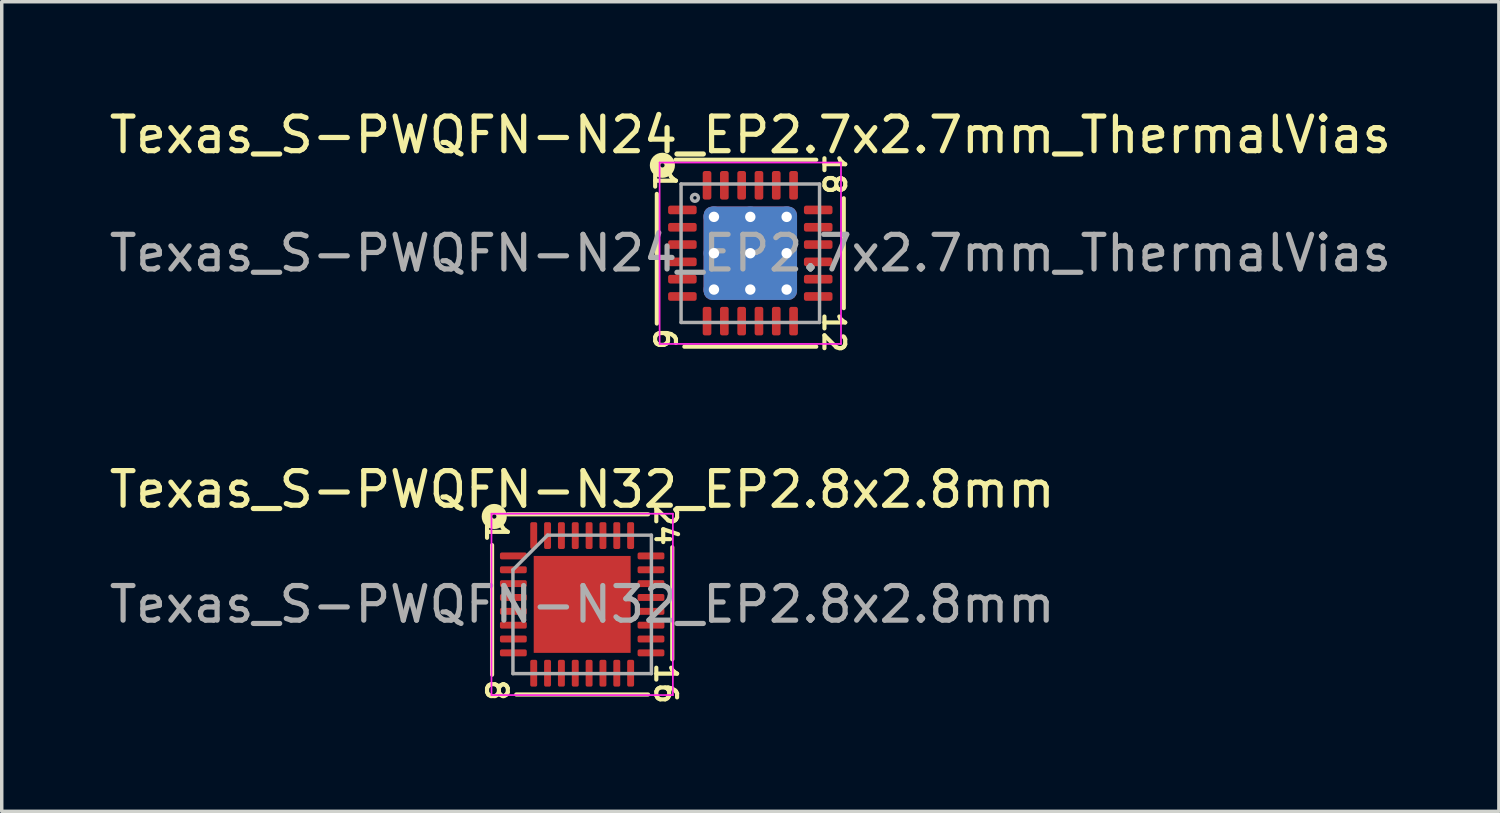
<source format=kicad_pcb>
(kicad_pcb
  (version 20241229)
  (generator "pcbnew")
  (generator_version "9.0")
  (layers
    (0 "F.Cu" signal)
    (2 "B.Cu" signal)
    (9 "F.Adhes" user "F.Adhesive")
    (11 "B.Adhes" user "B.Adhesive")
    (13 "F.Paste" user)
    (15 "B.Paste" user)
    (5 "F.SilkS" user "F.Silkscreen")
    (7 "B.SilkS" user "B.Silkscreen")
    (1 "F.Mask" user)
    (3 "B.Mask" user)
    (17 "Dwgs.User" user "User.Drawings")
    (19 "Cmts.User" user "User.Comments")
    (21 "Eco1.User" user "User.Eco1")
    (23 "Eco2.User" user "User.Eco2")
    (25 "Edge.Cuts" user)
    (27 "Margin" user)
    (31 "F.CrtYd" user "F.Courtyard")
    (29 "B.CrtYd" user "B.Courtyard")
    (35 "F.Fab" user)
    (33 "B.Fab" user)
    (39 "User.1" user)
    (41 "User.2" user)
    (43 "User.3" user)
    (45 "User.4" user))
  (footprint "Texas_S-PWQFN-N32_EP2.8x2.8mm"
    (layer "F.Cu")
    (at 13.768 14.41)
    (property "Reference" "Texas_S-PWQFN-N32_EP2.8x2.8mm" (at 0 -3.32 0) (layer "F.SilkS") (effects (font (size 1 1) (thickness 0.15))))
    (attr smd)
    (fp_line (start -2.603 -1.714) (end -2.603 2.032) (stroke (width 0.12) (type solid)) (layer "F.SilkS"))
    (fp_line (start -1.905 2.603) (end 1.905 2.603) (stroke (width 0.12) (type solid)) (layer "F.SilkS"))
    (fp_line (start 1.905 -2.603) (end -2.159 -2.603) (stroke (width 0.12) (type solid)) (layer "F.SilkS"))
    (fp_line (start 2.603 1.587) (end 2.603 -1.651) (stroke (width 0.12) (type solid)) (layer "F.SilkS"))
    (fp_circle (center -2.54 -2.54) (end -2.477 -2.54) (stroke (width 0.3) (type solid)) (fill no) (layer "F.SilkS"))
    (fp_line (start -2.62 -2.62) (end -2.62 2.62) (stroke (width 0.05) (type solid)) (layer "F.CrtYd"))
    (fp_line (start -2.62 2.62) (end 2.62 2.62) (stroke (width 0.05) (type solid)) (layer "F.CrtYd"))
    (fp_line (start 2.62 -2.62) (end -2.62 -2.62) (stroke (width 0.05) (type solid)) (layer "F.CrtYd"))
    (fp_line (start 2.62 2.62) (end 2.62 -2.62) (stroke (width 0.05) (type solid)) (layer "F.CrtYd"))
    (fp_line (start -2 -1) (end -1 -2) (stroke (width 0.1) (type solid)) (layer "F.Fab"))
    (fp_line (start -2 2) (end -2 -1) (stroke (width 0.1) (type solid)) (layer "F.Fab"))
    (fp_line (start -1 -2) (end 2 -2) (stroke (width 0.1) (type solid)) (layer "F.Fab"))
    (fp_line (start 2 -2) (end 2 2) (stroke (width 0.1) (type solid)) (layer "F.Fab"))
    (fp_line (start 2 2) (end -2 2) (stroke (width 0.1) (type solid)) (layer "F.Fab"))
    (fp_text user "1" (at -2.477 -2.095 270) (unlocked yes) (layer "F.SilkS") (effects (font (size 0.6 0.6) (thickness 0.12))))
    (fp_text user "8" (at -2.477 2.477 270) (unlocked yes) (layer "F.SilkS") (effects (font (size 0.6 0.6) (thickness 0.12))))
    (fp_text user "16" (at 2.413 2.286 270) (unlocked yes) (layer "F.SilkS") (effects (font (size 0.6 0.6) (thickness 0.12))))
    (fp_text user "24" (at 2.413 -2.286 270) (unlocked yes) (layer "F.SilkS") (effects (font (size 0.6 0.6) (thickness 0.12))))
    (fp_text user "${REFERENCE}" (at 0 0 0) (layer "F.Fab") (effects (font (size 1 1) (thickness 0.15))))
    (pad "" smd roundrect (at -0.7 -0.7) (size 1.13 1.13) (layers "F.Paste") (roundrect_rratio 0.221))
    (pad "" smd roundrect (at -0.7 0.7) (size 1.13 1.13) (layers "F.Paste") (roundrect_rratio 0.221))
    (pad "" smd roundrect (at 0.7 -0.7) (size 1.13 1.13) (layers "F.Paste") (roundrect_rratio 0.221))
    (pad "" smd roundrect (at 0.7 0.7) (size 1.13 1.13) (layers "F.Paste") (roundrect_rratio 0.221))
    (pad "1" smd roundrect (at -1.988 -1.4) (size 0.775 0.2) (layers "F.Cu" "F.Mask" "F.Paste") (roundrect_rratio 0.25))
    (pad "2" smd roundrect (at -1.988 -1) (size 0.775 0.2) (layers "F.Cu" "F.Mask" "F.Paste") (roundrect_rratio 0.25))
    (pad "3" smd roundrect (at -1.988 -0.6) (size 0.775 0.2) (layers "F.Cu" "F.Mask" "F.Paste") (roundrect_rratio 0.25))
    (pad "4" smd roundrect (at -1.988 -0.2) (size 0.775 0.2) (layers "F.Cu" "F.Mask" "F.Paste") (roundrect_rratio 0.25))
    (pad "5" smd roundrect (at -1.988 0.2) (size 0.775 0.2) (layers "F.Cu" "F.Mask" "F.Paste") (roundrect_rratio 0.25))
    (pad "6" smd roundrect (at -1.988 0.6) (size 0.775 0.2) (layers "F.Cu" "F.Mask" "F.Paste") (roundrect_rratio 0.25))
    (pad "7" smd roundrect (at -1.988 1) (size 0.775 0.2) (layers "F.Cu" "F.Mask" "F.Paste") (roundrect_rratio 0.25))
    (pad "8" smd roundrect (at -1.988 1.4) (size 0.775 0.2) (layers "F.Cu" "F.Mask" "F.Paste") (roundrect_rratio 0.25))
    (pad "9" smd roundrect (at -1.4 1.988) (size 0.2 0.775) (layers "F.Cu" "F.Mask" "F.Paste") (roundrect_rratio 0.25))
    (pad "10" smd roundrect (at -1 1.988) (size 0.2 0.775) (layers "F.Cu" "F.Mask" "F.Paste") (roundrect_rratio 0.25))
    (pad "11" smd roundrect (at -0.6 1.988) (size 0.2 0.775) (layers "F.Cu" "F.Mask" "F.Paste") (roundrect_rratio 0.25))
    (pad "12" smd roundrect (at -0.2 1.988) (size 0.2 0.775) (layers "F.Cu" "F.Mask" "F.Paste") (roundrect_rratio 0.25))
    (pad "13" smd roundrect (at 0.2 1.988) (size 0.2 0.775) (layers "F.Cu" "F.Mask" "F.Paste") (roundrect_rratio 0.25))
    (pad "14" smd roundrect (at 0.6 1.988) (size 0.2 0.775) (layers "F.Cu" "F.Mask" "F.Paste") (roundrect_rratio 0.25))
    (pad "15" smd roundrect (at 1 1.988) (size 0.2 0.775) (layers "F.Cu" "F.Mask" "F.Paste") (roundrect_rratio 0.25))
    (pad "16" smd roundrect (at 1.4 1.988) (size 0.2 0.775) (layers "F.Cu" "F.Mask" "F.Paste") (roundrect_rratio 0.25))
    (pad "17" smd roundrect (at 1.988 1.4) (size 0.775 0.2) (layers "F.Cu" "F.Mask" "F.Paste") (roundrect_rratio 0.25))
    (pad "18" smd roundrect (at 1.988 1) (size 0.775 0.2) (layers "F.Cu" "F.Mask" "F.Paste") (roundrect_rratio 0.25))
    (pad "19" smd roundrect (at 1.988 0.6) (size 0.775 0.2) (layers "F.Cu" "F.Mask" "F.Paste") (roundrect_rratio 0.25))
    (pad "20" smd roundrect (at 1.988 0.2) (size 0.775 0.2) (layers "F.Cu" "F.Mask" "F.Paste") (roundrect_rratio 0.25))
    (pad "21" smd roundrect (at 1.988 -0.2) (size 0.775 0.2) (layers "F.Cu" "F.Mask" "F.Paste") (roundrect_rratio 0.25))
    (pad "22" smd roundrect (at 1.988 -0.6) (size 0.775 0.2) (layers "F.Cu" "F.Mask" "F.Paste") (roundrect_rratio 0.25))
    (pad "23" smd roundrect (at 1.988 -1) (size 0.775 0.2) (layers "F.Cu" "F.Mask" "F.Paste") (roundrect_rratio 0.25))
    (pad "24" smd roundrect (at 1.988 -1.4) (size 0.775 0.2) (layers "F.Cu" "F.Mask" "F.Paste") (roundrect_rratio 0.25))
    (pad "25" smd roundrect (at 1.4 -1.988) (size 0.2 0.775) (layers "F.Cu" "F.Mask" "F.Paste") (roundrect_rratio 0.25))
    (pad "26" smd roundrect (at 1 -1.988) (size 0.2 0.775) (layers "F.Cu" "F.Mask" "F.Paste") (roundrect_rratio 0.25))
    (pad "27" smd roundrect (at 0.6 -1.988) (size 0.2 0.775) (layers "F.Cu" "F.Mask" "F.Paste") (roundrect_rratio 0.25))
    (pad "28" smd roundrect (at 0.2 -1.988) (size 0.2 0.775) (layers "F.Cu" "F.Mask" "F.Paste") (roundrect_rratio 0.25))
    (pad "29" smd roundrect (at -0.2 -1.988) (size 0.2 0.775) (layers "F.Cu" "F.Mask" "F.Paste") (roundrect_rratio 0.25))
    (pad "30" smd roundrect (at -0.6 -1.988) (size 0.2 0.775) (layers "F.Cu" "F.Mask" "F.Paste") (roundrect_rratio 0.25))
    (pad "31" smd roundrect (at -1 -1.988) (size 0.2 0.775) (layers "F.Cu" "F.Mask" "F.Paste") (roundrect_rratio 0.25))
    (pad "32" smd roundrect (at -1.4 -1.988) (size 0.2 0.775) (layers "F.Cu" "F.Mask" "F.Paste") (roundrect_rratio 0.25))
    (pad "33" smd rect (at 0 0) (size 2.8 2.8) (layers "F.Cu" "F.Mask")))
  (footprint "Texas_S-PWQFN-N24_EP2.7x2.7mm_ThermalVias"
    (layer "F.Cu")
    (at 18.625 4.265)
    (property "Reference" "Texas_S-PWQFN-N24_EP2.7x2.7mm_ThermalVias" (at 0 -3.417 0) (layer "F.SilkS") (effects (font (size 1 1) (thickness 0.15))))
    (attr smd)
    (fp_line (start -2.7 -1.714) (end -2.7 2.032) (stroke (width 0.12) (type solid)) (layer "F.SilkS"))
    (fp_line (start -1.905 2.7) (end 1.905 2.7) (stroke (width 0.12) (type solid)) (layer "F.SilkS"))
    (fp_line (start 1.905 -2.7) (end -2.159 -2.7) (stroke (width 0.12) (type solid)) (layer "F.SilkS"))
    (fp_line (start 2.7 1.587) (end 2.7 -1.587) (stroke (width 0.12) (type solid)) (layer "F.SilkS"))
    (fp_circle (center -2.54 -2.54) (end -2.477 -2.54) (stroke (width 0.3) (type solid)) (fill no) (layer "F.SilkS"))
    (fp_line (start -2.62 -2.62) (end -2.62 2.62) (stroke (width 0.05) (type solid)) (layer "F.CrtYd"))
    (fp_line (start -2.62 2.62) (end 2.62 2.62) (stroke (width 0.05) (type solid)) (layer "F.CrtYd"))
    (fp_line (start 2.62 -2.62) (end -2.62 -2.62) (stroke (width 0.05) (type solid)) (layer "F.CrtYd"))
    (fp_line (start 2.62 2.62) (end 2.62 -2.62) (stroke (width 0.05) (type solid)) (layer "F.CrtYd"))
    (fp_line (start -2 -2) (end 2 -2) (stroke (width 0.1) (type solid)) (layer "F.Fab"))
    (fp_line (start -2 2) (end -2 -2) (stroke (width 0.1) (type solid)) (layer "F.Fab"))
    (fp_line (start 2 -2) (end 2 2) (stroke (width 0.1) (type solid)) (layer "F.Fab"))
    (fp_line (start 2 2) (end -2 2) (stroke (width 0.1) (type solid)) (layer "F.Fab"))
    (fp_circle (center -1.6 -1.6) (end -1.5 -1.6) (stroke (width 0.1) (type solid)) (fill no) (layer "F.Fab"))
    (fp_text user "6" (at -2.477 2.477 270) (unlocked yes) (layer "F.SilkS") (effects (font (size 0.6 0.6) (thickness 0.12))))
    (fp_text user "12" (at 2.413 2.286 270) (unlocked yes) (layer "F.SilkS") (effects (font (size 0.6 0.6) (thickness 0.12))))
    (fp_text user "1" (at -2.477 -2.095 270) (unlocked yes) (layer "F.SilkS") (effects (font (size 0.6 0.6) (thickness 0.12))))
    (fp_text user "18" (at 2.413 -2.286 270) (unlocked yes) (layer "F.SilkS") (effects (font (size 0.6 0.6) (thickness 0.12))))
    (fp_text user "${REFERENCE}" (at 0 0 0) (layer "F.Fab") (effects (font (size 1 1) (thickness 0.15))))
    (pad "" smd roundrect (at -0.675 -0.675) (size 1.13 1.13) (layers "F.Paste") (roundrect_rratio 0.221))
    (pad "" smd roundrect (at -0.675 0.675) (size 1.13 1.13) (layers "F.Paste") (roundrect_rratio 0.221))
    (pad "" smd roundrect (at 0.675 -0.675) (size 1.13 1.13) (layers "F.Paste") (roundrect_rratio 0.221))
    (pad "" smd roundrect (at 0.675 0.675) (size 1.13 1.13) (layers "F.Paste") (roundrect_rratio 0.221))
    (pad "1" smd roundrect (at -1.962 -1.25) (size 0.825 0.25) (layers "F.Cu" "F.Mask" "F.Paste") (roundrect_rratio 0.25))
    (pad "2" smd roundrect (at -1.962 -0.75) (size 0.825 0.25) (layers "F.Cu" "F.Mask" "F.Paste") (roundrect_rratio 0.25))
    (pad "3" smd roundrect (at -1.962 -0.25) (size 0.825 0.25) (layers "F.Cu" "F.Mask" "F.Paste") (roundrect_rratio 0.25))
    (pad "4" smd roundrect (at -1.962 0.25) (size 0.825 0.25) (layers "F.Cu" "F.Mask" "F.Paste") (roundrect_rratio 0.25))
    (pad "5" smd roundrect (at -1.962 0.75) (size 0.825 0.25) (layers "F.Cu" "F.Mask" "F.Paste") (roundrect_rratio 0.25))
    (pad "6" smd roundrect (at -1.962 1.25) (size 0.825 0.25) (layers "F.Cu" "F.Mask" "F.Paste") (roundrect_rratio 0.25))
    (pad "7" smd roundrect (at -1.25 1.962) (size 0.25 0.825) (layers "F.Cu" "F.Mask" "F.Paste") (roundrect_rratio 0.25))
    (pad "8" smd roundrect (at -0.75 1.962) (size 0.25 0.825) (layers "F.Cu" "F.Mask" "F.Paste") (roundrect_rratio 0.25))
    (pad "9" smd roundrect (at -0.25 1.962) (size 0.25 0.825) (layers "F.Cu" "F.Mask" "F.Paste") (roundrect_rratio 0.25))
    (pad "10" smd roundrect (at 0.25 1.962) (size 0.25 0.825) (layers "F.Cu" "F.Mask" "F.Paste") (roundrect_rratio 0.25))
    (pad "11" smd roundrect (at 0.75 1.962) (size 0.25 0.825) (layers "F.Cu" "F.Mask" "F.Paste") (roundrect_rratio 0.25))
    (pad "12" smd roundrect (at 1.25 1.962) (size 0.25 0.825) (layers "F.Cu" "F.Mask" "F.Paste") (roundrect_rratio 0.25))
    (pad "13" smd roundrect (at 1.962 1.25) (size 0.825 0.25) (layers "F.Cu" "F.Mask" "F.Paste") (roundrect_rratio 0.25))
    (pad "14" smd roundrect (at 1.962 0.75) (size 0.825 0.25) (layers "F.Cu" "F.Mask" "F.Paste") (roundrect_rratio 0.25))
    (pad "15" smd roundrect (at 1.962 0.25) (size 0.825 0.25) (layers "F.Cu" "F.Mask" "F.Paste") (roundrect_rratio 0.25))
    (pad "16" smd roundrect (at 1.962 -0.25) (size 0.825 0.25) (layers "F.Cu" "F.Mask" "F.Paste") (roundrect_rratio 0.25))
    (pad "17" smd roundrect (at 1.962 -0.75) (size 0.825 0.25) (layers "F.Cu" "F.Mask" "F.Paste") (roundrect_rratio 0.25))
    (pad "18" smd roundrect (at 1.962 -1.25) (size 0.825 0.25) (layers "F.Cu" "F.Mask" "F.Paste") (roundrect_rratio 0.25))
    (pad "19" smd roundrect (at 1.25 -1.962) (size 0.25 0.825) (layers "F.Cu" "F.Mask" "F.Paste") (roundrect_rratio 0.25))
    (pad "20" smd roundrect (at 0.75 -1.962) (size 0.25 0.825) (layers "F.Cu" "F.Mask" "F.Paste") (roundrect_rratio 0.25))
    (pad "21" smd roundrect (at 0.25 -1.962) (size 0.25 0.825) (layers "F.Cu" "F.Mask" "F.Paste") (roundrect_rratio 0.25))
    (pad "22" smd roundrect (at -0.25 -1.962) (size 0.25 0.825) (layers "F.Cu" "F.Mask" "F.Paste") (roundrect_rratio 0.25))
    (pad "23" smd roundrect (at -0.75 -1.962) (size 0.25 0.825) (layers "F.Cu" "F.Mask" "F.Paste") (roundrect_rratio 0.25))
    (pad "24" smd roundrect (at -1.25 -1.962) (size 0.25 0.825) (layers "F.Cu" "F.Mask" "F.Paste") (roundrect_rratio 0.25))
    (pad "25" thru_hole circle (at -1.05 -1.05) (size 0.6 0.6) (drill 0.3) (property pad_prop_heatsink) (layers "*.Cu"))
    (pad "25" thru_hole circle (at -1.05 0) (size 0.6 0.6) (drill 0.3) (property pad_prop_heatsink) (layers "*.Cu"))
    (pad "25" thru_hole circle (at -1.05 1.05) (size 0.6 0.6) (drill 0.3) (property pad_prop_heatsink) (layers "*.Cu"))
    (pad "25" thru_hole circle (at 0 -1.05) (size 0.6 0.6) (drill 0.3) (property pad_prop_heatsink) (layers "*.Cu"))
    (pad "25" thru_hole circle (at 0 0) (size 0.6 0.6) (drill 0.3) (property pad_prop_heatsink) (layers "*.Cu"))
    (pad "25" smd roundrect (at 0 0) (size 2.7 2.7) (layers "F.Cu" "F.Mask") (roundrect_rratio 0.093))
    (pad "25" smd roundrect (at 0 0) (size 2.7 2.7) (layers "B.Cu" "B.Mask") (roundrect_rratio 0.093))
    (pad "25" thru_hole circle (at 0 1.05) (size 0.6 0.6) (drill 0.3) (property pad_prop_heatsink) (layers "*.Cu"))
    (pad "25" thru_hole circle (at 1.05 -1.05) (size 0.6 0.6) (drill 0.3) (property pad_prop_heatsink) (layers "*.Cu"))
    (pad "25" thru_hole circle (at 1.05 0) (size 0.6 0.6) (drill 0.3) (property pad_prop_heatsink) (layers "*.Cu"))
    (pad "25" thru_hole circle (at 1.05 1.05) (size 0.6 0.6) (drill 0.3) (property pad_prop_heatsink) (layers "*.Cu")))
  (gr_rect
    (start -3 -3)
    (end 40.25 20.388)
    (stroke (width 0.1) (type default))
    (fill no)
    (layer "Edge.Cuts")))
</source>
